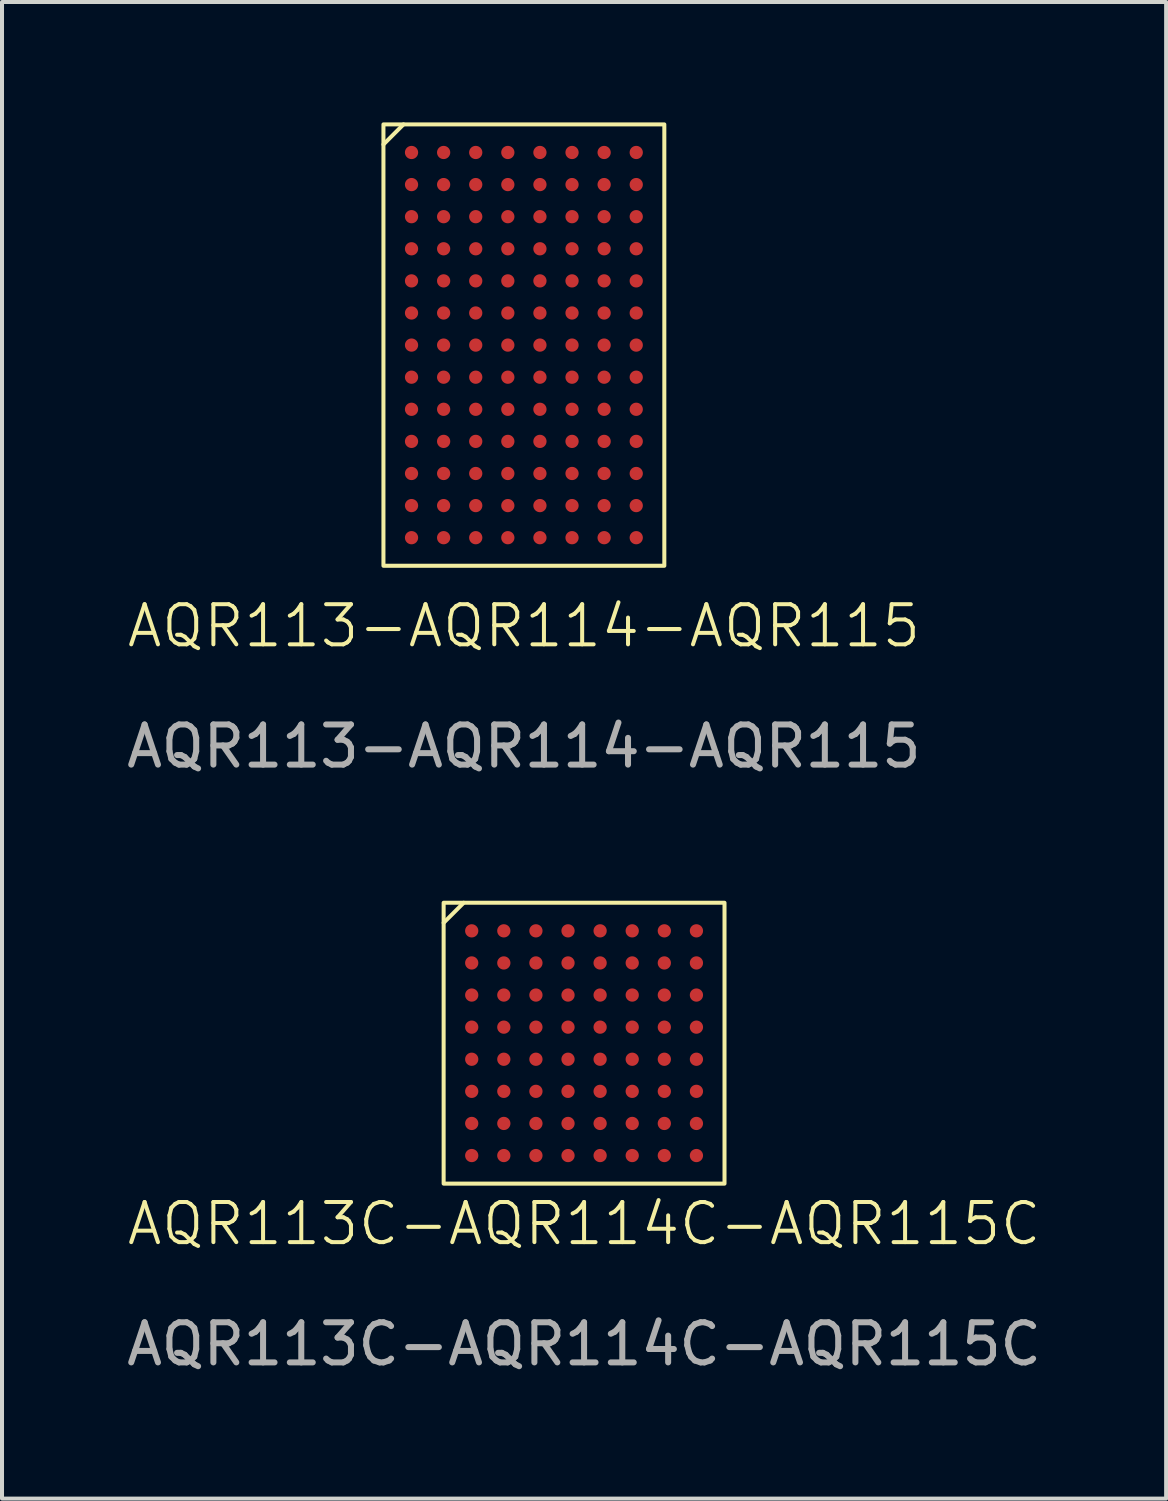
<source format=kicad_pcb>
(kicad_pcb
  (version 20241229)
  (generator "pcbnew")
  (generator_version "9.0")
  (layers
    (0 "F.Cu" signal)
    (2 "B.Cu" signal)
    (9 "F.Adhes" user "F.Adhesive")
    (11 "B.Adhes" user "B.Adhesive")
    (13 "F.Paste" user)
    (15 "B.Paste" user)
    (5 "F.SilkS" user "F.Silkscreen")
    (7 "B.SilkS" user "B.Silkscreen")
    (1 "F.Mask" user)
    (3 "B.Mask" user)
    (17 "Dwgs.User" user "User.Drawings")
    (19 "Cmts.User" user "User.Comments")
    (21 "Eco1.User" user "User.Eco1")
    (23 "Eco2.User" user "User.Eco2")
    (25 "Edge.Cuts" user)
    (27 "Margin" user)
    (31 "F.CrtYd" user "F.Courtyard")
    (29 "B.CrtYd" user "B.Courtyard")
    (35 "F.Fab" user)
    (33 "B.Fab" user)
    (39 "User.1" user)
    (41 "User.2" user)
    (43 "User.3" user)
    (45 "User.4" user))
  (footprint "AQR113C-AQR114C-AQR115C"
    (layer "F.Cu")
    (at 11.506 22.948)
    (property "Reference" "AQR113C-AQR114C-AQR115C" (at 0 4.5 0) (unlocked yes) (layer "F.SilkS") (effects (font (size 1 1) (thickness 0.1))))
    (attr smd)
    (fp_line (start -3 -3.5) (end -3.5 -3) (stroke (width 0.1) (type default)) (layer "F.SilkS"))
    (fp_rect (start -3.5 -3.5) (end 3.5 3.5) (stroke (width 0.1) (type default)) (fill no) (layer "F.SilkS"))
    (fp_text user "${REFERENCE}" (at 0 7.5 0) (unlocked yes) (layer "F.Fab") (effects (font (size 1 1) (thickness 0.15))))
    (pad "A1" smd circle (at -2.8 -2.8) (size 0.33 0.33) (layers "F.Cu" "F.Mask" "F.Paste"))
    (pad "A2" smd circle (at -2 -2.8) (size 0.33 0.33) (layers "F.Cu" "F.Mask" "F.Paste"))
    (pad "A3" smd circle (at -1.2 -2.8) (size 0.33 0.33) (layers "F.Cu" "F.Mask" "F.Paste"))
    (pad "A4" smd circle (at -0.4 -2.8) (size 0.33 0.33) (layers "F.Cu" "F.Mask" "F.Paste"))
    (pad "A5" smd circle (at 0.4 -2.8) (size 0.33 0.33) (layers "F.Cu" "F.Mask" "F.Paste"))
    (pad "A6" smd circle (at 1.2 -2.8) (size 0.33 0.33) (layers "F.Cu" "F.Mask" "F.Paste"))
    (pad "A7" smd circle (at 2 -2.8) (size 0.33 0.33) (layers "F.Cu" "F.Mask" "F.Paste"))
    (pad "A8" smd circle (at 2.8 -2.8) (size 0.33 0.33) (layers "F.Cu" "F.Mask" "F.Paste"))
    (pad "B1" smd circle (at -2.8 -2) (size 0.33 0.33) (layers "F.Cu" "F.Mask" "F.Paste"))
    (pad "B2" smd circle (at -2 -2) (size 0.33 0.33) (layers "F.Cu" "F.Mask" "F.Paste"))
    (pad "B3" smd circle (at -1.2 -2) (size 0.33 0.33) (layers "F.Cu" "F.Mask" "F.Paste"))
    (pad "B4" smd circle (at -0.4 -2) (size 0.33 0.33) (layers "F.Cu" "F.Mask" "F.Paste"))
    (pad "B5" smd circle (at 0.4 -2) (size 0.33 0.33) (layers "F.Cu" "F.Mask" "F.Paste"))
    (pad "B6" smd circle (at 1.2 -2) (size 0.33 0.33) (layers "F.Cu" "F.Mask" "F.Paste"))
    (pad "B7" smd circle (at 2 -2) (size 0.33 0.33) (layers "F.Cu" "F.Mask" "F.Paste"))
    (pad "B8" smd circle (at 2.8 -2) (size 0.33 0.33) (layers "F.Cu" "F.Mask" "F.Paste"))
    (pad "C1" smd circle (at -2.8 -1.2) (size 0.33 0.33) (layers "F.Cu" "F.Mask" "F.Paste"))
    (pad "C2" smd circle (at -2 -1.2) (size 0.33 0.33) (layers "F.Cu" "F.Mask" "F.Paste"))
    (pad "C3" smd circle (at -1.2 -1.2) (size 0.33 0.33) (layers "F.Cu" "F.Mask" "F.Paste"))
    (pad "C4" smd circle (at -0.4 -1.2) (size 0.33 0.33) (layers "F.Cu" "F.Mask" "F.Paste"))
    (pad "C5" smd circle (at 0.4 -1.2) (size 0.33 0.33) (layers "F.Cu" "F.Mask" "F.Paste"))
    (pad "C6" smd circle (at 1.2 -1.2) (size 0.33 0.33) (layers "F.Cu" "F.Mask" "F.Paste"))
    (pad "C7" smd circle (at 2 -1.2) (size 0.33 0.33) (layers "F.Cu" "F.Mask" "F.Paste"))
    (pad "C8" smd circle (at 2.8 -1.2) (size 0.33 0.33) (layers "F.Cu" "F.Mask" "F.Paste"))
    (pad "D1" smd circle (at -2.8 -0.4) (size 0.33 0.33) (layers "F.Cu" "F.Mask" "F.Paste"))
    (pad "D2" smd circle (at -2 -0.4) (size 0.33 0.33) (layers "F.Cu" "F.Mask" "F.Paste"))
    (pad "D3" smd circle (at -1.2 -0.4) (size 0.33 0.33) (layers "F.Cu" "F.Mask" "F.Paste"))
    (pad "D4" smd circle (at -0.4 -0.4) (size 0.33 0.33) (layers "F.Cu" "F.Mask" "F.Paste"))
    (pad "D5" smd circle (at 0.4 -0.4) (size 0.33 0.33) (layers "F.Cu" "F.Mask" "F.Paste"))
    (pad "D6" smd circle (at 1.2 -0.4) (size 0.33 0.33) (layers "F.Cu" "F.Mask" "F.Paste"))
    (pad "D7" smd circle (at 2 -0.4) (size 0.33 0.33) (layers "F.Cu" "F.Mask" "F.Paste"))
    (pad "D8" smd circle (at 2.8 -0.4) (size 0.33 0.33) (layers "F.Cu" "F.Mask" "F.Paste"))
    (pad "E1" smd circle (at -2.8 0.4) (size 0.33 0.33) (layers "F.Cu" "F.Mask" "F.Paste"))
    (pad "E2" smd circle (at -2 0.4) (size 0.33 0.33) (layers "F.Cu" "F.Mask" "F.Paste"))
    (pad "E3" smd circle (at -1.2 0.4) (size 0.33 0.33) (layers "F.Cu" "F.Mask" "F.Paste"))
    (pad "E4" smd circle (at -0.4 0.4) (size 0.33 0.33) (layers "F.Cu" "F.Mask" "F.Paste"))
    (pad "E5" smd circle (at 0.4 0.4) (size 0.33 0.33) (layers "F.Cu" "F.Mask" "F.Paste"))
    (pad "E6" smd circle (at 1.2 0.4) (size 0.33 0.33) (layers "F.Cu" "F.Mask" "F.Paste"))
    (pad "E7" smd circle (at 2 0.4) (size 0.33 0.33) (layers "F.Cu" "F.Mask" "F.Paste"))
    (pad "E8" smd circle (at 2.8 0.4) (size 0.33 0.33) (layers "F.Cu" "F.Mask" "F.Paste"))
    (pad "F1" smd circle (at -2.8 1.2) (size 0.33 0.33) (layers "F.Cu" "F.Mask" "F.Paste"))
    (pad "F2" smd circle (at -2 1.2) (size 0.33 0.33) (layers "F.Cu" "F.Mask" "F.Paste"))
    (pad "F3" smd circle (at -1.2 1.2) (size 0.33 0.33) (layers "F.Cu" "F.Mask" "F.Paste"))
    (pad "F4" smd circle (at -0.4 1.2) (size 0.33 0.33) (layers "F.Cu" "F.Mask" "F.Paste"))
    (pad "F5" smd circle (at 0.4 1.2) (size 0.33 0.33) (layers "F.Cu" "F.Mask" "F.Paste"))
    (pad "F6" smd circle (at 1.2 1.2) (size 0.33 0.33) (layers "F.Cu" "F.Mask" "F.Paste"))
    (pad "F7" smd circle (at 2 1.2) (size 0.33 0.33) (layers "F.Cu" "F.Mask" "F.Paste"))
    (pad "F8" smd circle (at 2.8 1.2) (size 0.33 0.33) (layers "F.Cu" "F.Mask" "F.Paste"))
    (pad "G1" smd circle (at -2.8 2) (size 0.33 0.33) (layers "F.Cu" "F.Mask" "F.Paste"))
    (pad "G2" smd circle (at -2 2) (size 0.33 0.33) (layers "F.Cu" "F.Mask" "F.Paste"))
    (pad "G3" smd circle (at -1.2 2) (size 0.33 0.33) (layers "F.Cu" "F.Mask" "F.Paste"))
    (pad "G4" smd circle (at -0.4 2) (size 0.33 0.33) (layers "F.Cu" "F.Mask" "F.Paste"))
    (pad "G5" smd circle (at 0.4 2) (size 0.33 0.33) (layers "F.Cu" "F.Mask" "F.Paste"))
    (pad "G6" smd circle (at 1.2 2) (size 0.33 0.33) (layers "F.Cu" "F.Mask" "F.Paste"))
    (pad "G7" smd circle (at 2 2) (size 0.33 0.33) (layers "F.Cu" "F.Mask" "F.Paste"))
    (pad "G8" smd circle (at 2.8 2) (size 0.33 0.33) (layers "F.Cu" "F.Mask" "F.Paste"))
    (pad "H1" smd circle (at -2.8 2.8) (size 0.33 0.33) (layers "F.Cu" "F.Mask" "F.Paste"))
    (pad "H2" smd circle (at -2 2.8) (size 0.33 0.33) (layers "F.Cu" "F.Mask" "F.Paste"))
    (pad "H3" smd circle (at -1.2 2.8) (size 0.33 0.33) (layers "F.Cu" "F.Mask" "F.Paste"))
    (pad "H4" smd circle (at -0.4 2.8) (size 0.33 0.33) (layers "F.Cu" "F.Mask" "F.Paste"))
    (pad "H5" smd circle (at 0.4 2.8) (size 0.33 0.33) (layers "F.Cu" "F.Mask" "F.Paste"))
    (pad "H6" smd circle (at 1.2 2.8) (size 0.33 0.33) (layers "F.Cu" "F.Mask" "F.Paste"))
    (pad "H7" smd circle (at 2 2.8) (size 0.33 0.33) (layers "F.Cu" "F.Mask" "F.Paste"))
    (pad "H8" smd circle (at 2.8 2.8) (size 0.33 0.33) (layers "F.Cu" "F.Mask" "F.Paste")))
  (footprint "AQR113-AQR114-AQR115"
    (layer "F.Cu")
    (at 10.006 5.55)
    (property "Reference" "AQR113-AQR114-AQR115" (at 0 7 0) (unlocked yes) (layer "F.SilkS") (effects (font (size 1 1) (thickness 0.1))))
    (attr smd)
    (fp_line (start -3 -5.5) (end -3.5 -5) (stroke (width 0.1) (type default)) (layer "F.SilkS"))
    (fp_rect (start -3.5 -5.5) (end 3.5 5.5) (stroke (width 0.1) (type default)) (fill no) (layer "F.SilkS"))
    (fp_text user "${REFERENCE}" (at 0 10 0) (unlocked yes) (layer "F.Fab") (effects (font (size 1 1) (thickness 0.15))))
    (pad "A1" smd circle (at -2.8 -4.8) (size 0.33 0.33) (layers "F.Cu" "F.Mask" "F.Paste"))
    (pad "A2" smd circle (at -2 -4.8) (size 0.33 0.33) (layers "F.Cu" "F.Mask" "F.Paste"))
    (pad "A3" smd circle (at -1.2 -4.8) (size 0.33 0.33) (layers "F.Cu" "F.Mask" "F.Paste"))
    (pad "A4" smd circle (at -0.4 -4.8) (size 0.33 0.33) (layers "F.Cu" "F.Mask" "F.Paste"))
    (pad "A5" smd circle (at 0.4 -4.8) (size 0.33 0.33) (layers "F.Cu" "F.Mask" "F.Paste"))
    (pad "A6" smd circle (at 1.2 -4.8) (size 0.33 0.33) (layers "F.Cu" "F.Mask" "F.Paste"))
    (pad "A7" smd circle (at 2 -4.8) (size 0.33 0.33) (layers "F.Cu" "F.Mask" "F.Paste"))
    (pad "A8" smd circle (at 2.8 -4.8) (size 0.33 0.33) (layers "F.Cu" "F.Mask" "F.Paste"))
    (pad "B1" smd circle (at -2.8 -4) (size 0.33 0.33) (layers "F.Cu" "F.Mask" "F.Paste"))
    (pad "B2" smd circle (at -2 -4) (size 0.33 0.33) (layers "F.Cu" "F.Mask" "F.Paste"))
    (pad "B3" smd circle (at -1.2 -4) (size 0.33 0.33) (layers "F.Cu" "F.Mask" "F.Paste"))
    (pad "B4" smd circle (at -0.4 -4) (size 0.33 0.33) (layers "F.Cu" "F.Mask" "F.Paste"))
    (pad "B5" smd circle (at 0.4 -4) (size 0.33 0.33) (layers "F.Cu" "F.Mask" "F.Paste"))
    (pad "B6" smd circle (at 1.2 -4) (size 0.33 0.33) (layers "F.Cu" "F.Mask" "F.Paste"))
    (pad "B7" smd circle (at 2 -4) (size 0.33 0.33) (layers "F.Cu" "F.Mask" "F.Paste"))
    (pad "B8" smd circle (at 2.8 -4) (size 0.33 0.33) (layers "F.Cu" "F.Mask" "F.Paste"))
    (pad "C1" smd circle (at -2.8 -3.2) (size 0.33 0.33) (layers "F.Cu" "F.Mask" "F.Paste"))
    (pad "C2" smd circle (at -2 -3.2) (size 0.33 0.33) (layers "F.Cu" "F.Mask" "F.Paste"))
    (pad "C3" smd circle (at -1.2 -3.2) (size 0.33 0.33) (layers "F.Cu" "F.Mask" "F.Paste"))
    (pad "C4" smd circle (at -0.4 -3.2) (size 0.33 0.33) (layers "F.Cu" "F.Mask" "F.Paste"))
    (pad "C5" smd circle (at 0.4 -3.2) (size 0.33 0.33) (layers "F.Cu" "F.Mask" "F.Paste"))
    (pad "C6" smd circle (at 1.2 -3.2) (size 0.33 0.33) (layers "F.Cu" "F.Mask" "F.Paste"))
    (pad "C7" smd circle (at 2 -3.2) (size 0.33 0.33) (layers "F.Cu" "F.Mask" "F.Paste"))
    (pad "C8" smd circle (at 2.8 -3.2) (size 0.33 0.33) (layers "F.Cu" "F.Mask" "F.Paste"))
    (pad "D1" smd circle (at -2.8 -2.4) (size 0.33 0.33) (layers "F.Cu" "F.Mask" "F.Paste"))
    (pad "D2" smd circle (at -2 -2.4) (size 0.33 0.33) (layers "F.Cu" "F.Mask" "F.Paste"))
    (pad "D3" smd circle (at -1.2 -2.4) (size 0.33 0.33) (layers "F.Cu" "F.Mask" "F.Paste"))
    (pad "D4" smd circle (at -0.4 -2.4) (size 0.33 0.33) (layers "F.Cu" "F.Mask" "F.Paste"))
    (pad "D5" smd circle (at 0.4 -2.4) (size 0.33 0.33) (layers "F.Cu" "F.Mask" "F.Paste"))
    (pad "D6" smd circle (at 1.2 -2.4) (size 0.33 0.33) (layers "F.Cu" "F.Mask" "F.Paste"))
    (pad "D7" smd circle (at 2 -2.4) (size 0.33 0.33) (layers "F.Cu" "F.Mask" "F.Paste"))
    (pad "D8" smd circle (at 2.8 -2.4) (size 0.33 0.33) (layers "F.Cu" "F.Mask" "F.Paste"))
    (pad "E1" smd circle (at -2.8 -1.6) (size 0.33 0.33) (layers "F.Cu" "F.Mask" "F.Paste"))
    (pad "E2" smd circle (at -2 -1.6) (size 0.33 0.33) (layers "F.Cu" "F.Mask" "F.Paste"))
    (pad "E3" smd circle (at -1.2 -1.6) (size 0.33 0.33) (layers "F.Cu" "F.Mask" "F.Paste"))
    (pad "E4" smd circle (at -0.4 -1.6) (size 0.33 0.33) (layers "F.Cu" "F.Mask" "F.Paste"))
    (pad "E5" smd circle (at 0.4 -1.6) (size 0.33 0.33) (layers "F.Cu" "F.Mask" "F.Paste"))
    (pad "E6" smd circle (at 1.2 -1.6) (size 0.33 0.33) (layers "F.Cu" "F.Mask" "F.Paste"))
    (pad "E7" smd circle (at 2 -1.6) (size 0.33 0.33) (layers "F.Cu" "F.Mask" "F.Paste"))
    (pad "E8" smd circle (at 2.8 -1.6) (size 0.33 0.33) (layers "F.Cu" "F.Mask" "F.Paste"))
    (pad "F1" smd circle (at -2.8 -0.8) (size 0.33 0.33) (layers "F.Cu" "F.Mask" "F.Paste"))
    (pad "F2" smd circle (at -2 -0.8) (size 0.33 0.33) (layers "F.Cu" "F.Mask" "F.Paste"))
    (pad "F3" smd circle (at -1.2 -0.8) (size 0.33 0.33) (layers "F.Cu" "F.Mask" "F.Paste"))
    (pad "F4" smd circle (at -0.4 -0.8) (size 0.33 0.33) (layers "F.Cu" "F.Mask" "F.Paste"))
    (pad "F5" smd circle (at 0.4 -0.8) (size 0.33 0.33) (layers "F.Cu" "F.Mask" "F.Paste"))
    (pad "F6" smd circle (at 1.2 -0.8) (size 0.33 0.33) (layers "F.Cu" "F.Mask" "F.Paste"))
    (pad "F7" smd circle (at 2 -0.8) (size 0.33 0.33) (layers "F.Cu" "F.Mask" "F.Paste"))
    (pad "F8" smd circle (at 2.8 -0.8) (size 0.33 0.33) (layers "F.Cu" "F.Mask" "F.Paste"))
    (pad "G1" smd circle (at -2.8 0) (size 0.33 0.33) (layers "F.Cu" "F.Mask" "F.Paste"))
    (pad "G2" smd circle (at -2 0) (size 0.33 0.33) (layers "F.Cu" "F.Mask" "F.Paste"))
    (pad "G3" smd circle (at -1.2 0) (size 0.33 0.33) (layers "F.Cu" "F.Mask" "F.Paste"))
    (pad "G4" smd circle (at -0.4 0) (size 0.33 0.33) (layers "F.Cu" "F.Mask" "F.Paste"))
    (pad "G5" smd circle (at 0.4 0) (size 0.33 0.33) (layers "F.Cu" "F.Mask" "F.Paste"))
    (pad "G6" smd circle (at 1.2 0) (size 0.33 0.33) (layers "F.Cu" "F.Mask" "F.Paste"))
    (pad "G7" smd circle (at 2 0) (size 0.33 0.33) (layers "F.Cu" "F.Mask" "F.Paste"))
    (pad "G8" smd circle (at 2.8 0) (size 0.33 0.33) (layers "F.Cu" "F.Mask" "F.Paste"))
    (pad "H1" smd circle (at -2.8 0.8) (size 0.33 0.33) (layers "F.Cu" "F.Mask" "F.Paste"))
    (pad "H2" smd circle (at -2 0.8) (size 0.33 0.33) (layers "F.Cu" "F.Mask" "F.Paste"))
    (pad "H3" smd circle (at -1.2 0.8) (size 0.33 0.33) (layers "F.Cu" "F.Mask" "F.Paste"))
    (pad "H4" smd circle (at -0.4 0.8) (size 0.33 0.33) (layers "F.Cu" "F.Mask" "F.Paste"))
    (pad "H5" smd circle (at 0.4 0.8) (size 0.33 0.33) (layers "F.Cu" "F.Mask" "F.Paste"))
    (pad "H6" smd circle (at 1.2 0.8) (size 0.33 0.33) (layers "F.Cu" "F.Mask" "F.Paste"))
    (pad "H7" smd circle (at 2 0.8) (size 0.33 0.33) (layers "F.Cu" "F.Mask" "F.Paste"))
    (pad "H8" smd circle (at 2.8 0.8) (size 0.33 0.33) (layers "F.Cu" "F.Mask" "F.Paste"))
    (pad "J1" smd circle (at -2.8 1.6) (size 0.33 0.33) (layers "F.Cu" "F.Mask" "F.Paste"))
    (pad "J2" smd circle (at -2 1.6) (size 0.33 0.33) (layers "F.Cu" "F.Mask" "F.Paste"))
    (pad "J3" smd circle (at -1.2 1.6) (size 0.33 0.33) (layers "F.Cu" "F.Mask" "F.Paste"))
    (pad "J4" smd circle (at -0.4 1.6) (size 0.33 0.33) (layers "F.Cu" "F.Mask" "F.Paste"))
    (pad "J5" smd circle (at 0.4 1.6) (size 0.33 0.33) (layers "F.Cu" "F.Mask" "F.Paste"))
    (pad "J6" smd circle (at 1.2 1.6) (size 0.33 0.33) (layers "F.Cu" "F.Mask" "F.Paste"))
    (pad "J7" smd circle (at 2 1.6) (size 0.33 0.33) (layers "F.Cu" "F.Mask" "F.Paste"))
    (pad "J8" smd circle (at 2.8 1.6) (size 0.33 0.33) (layers "F.Cu" "F.Mask" "F.Paste"))
    (pad "K1" smd circle (at -2.8 2.4) (size 0.33 0.33) (layers "F.Cu" "F.Mask" "F.Paste"))
    (pad "K2" smd circle (at -2 2.4) (size 0.33 0.33) (layers "F.Cu" "F.Mask" "F.Paste"))
    (pad "K3" smd circle (at -1.2 2.4) (size 0.33 0.33) (layers "F.Cu" "F.Mask" "F.Paste"))
    (pad "K4" smd circle (at -0.4 2.4) (size 0.33 0.33) (layers "F.Cu" "F.Mask" "F.Paste"))
    (pad "K5" smd circle (at 0.4 2.4) (size 0.33 0.33) (layers "F.Cu" "F.Mask" "F.Paste"))
    (pad "K6" smd circle (at 1.2 2.4) (size 0.33 0.33) (layers "F.Cu" "F.Mask" "F.Paste"))
    (pad "K7" smd circle (at 2 2.4) (size 0.33 0.33) (layers "F.Cu" "F.Mask" "F.Paste"))
    (pad "K8" smd circle (at 2.8 2.4) (size 0.33 0.33) (layers "F.Cu" "F.Mask" "F.Paste"))
    (pad "L1" smd circle (at -2.8 3.2) (size 0.33 0.33) (layers "F.Cu" "F.Mask" "F.Paste"))
    (pad "L2" smd circle (at -2 3.2) (size 0.33 0.33) (layers "F.Cu" "F.Mask" "F.Paste"))
    (pad "L3" smd circle (at -1.2 3.2) (size 0.33 0.33) (layers "F.Cu" "F.Mask" "F.Paste"))
    (pad "L4" smd circle (at -0.4 3.2) (size 0.33 0.33) (layers "F.Cu" "F.Mask" "F.Paste"))
    (pad "L5" smd circle (at 0.4 3.2) (size 0.33 0.33) (layers "F.Cu" "F.Mask" "F.Paste"))
    (pad "L6" smd circle (at 1.2 3.2) (size 0.33 0.33) (layers "F.Cu" "F.Mask" "F.Paste"))
    (pad "L7" smd circle (at 2 3.2) (size 0.33 0.33) (layers "F.Cu" "F.Mask" "F.Paste"))
    (pad "L8" smd circle (at 2.8 3.2) (size 0.33 0.33) (layers "F.Cu" "F.Mask" "F.Paste"))
    (pad "M1" smd circle (at -2.8 4) (size 0.33 0.33) (layers "F.Cu" "F.Mask" "F.Paste"))
    (pad "M2" smd circle (at -2 4) (size 0.33 0.33) (layers "F.Cu" "F.Mask" "F.Paste"))
    (pad "M3" smd circle (at -1.2 4) (size 0.33 0.33) (layers "F.Cu" "F.Mask" "F.Paste"))
    (pad "M4" smd circle (at -0.4 4) (size 0.33 0.33) (layers "F.Cu" "F.Mask" "F.Paste"))
    (pad "M5" smd circle (at 0.4 4) (size 0.33 0.33) (layers "F.Cu" "F.Mask" "F.Paste"))
    (pad "M6" smd circle (at 1.2 4) (size 0.33 0.33) (layers "F.Cu" "F.Mask" "F.Paste"))
    (pad "M7" smd circle (at 2 4) (size 0.33 0.33) (layers "F.Cu" "F.Mask" "F.Paste"))
    (pad "M8" smd circle (at 2.8 4) (size 0.33 0.33) (layers "F.Cu" "F.Mask" "F.Paste"))
    (pad "N1" smd circle (at -2.8 4.8) (size 0.33 0.33) (layers "F.Cu" "F.Mask" "F.Paste"))
    (pad "N2" smd circle (at -2 4.8) (size 0.33 0.33) (layers "F.Cu" "F.Mask" "F.Paste"))
    (pad "N3" smd circle (at -1.2 4.8) (size 0.33 0.33) (layers "F.Cu" "F.Mask" "F.Paste"))
    (pad "N4" smd circle (at -0.4 4.8) (size 0.33 0.33) (layers "F.Cu" "F.Mask" "F.Paste"))
    (pad "N5" smd circle (at 0.4 4.8) (size 0.33 0.33) (layers "F.Cu" "F.Mask" "F.Paste"))
    (pad "N6" smd circle (at 1.2 4.8) (size 0.33 0.33) (layers "F.Cu" "F.Mask" "F.Paste"))
    (pad "N7" smd circle (at 2 4.8) (size 0.33 0.33) (layers "F.Cu" "F.Mask" "F.Paste"))
    (pad "N8" smd circle (at 2.8 4.8) (size 0.33 0.33) (layers "F.Cu" "F.Mask" "F.Paste")))
  (gr_rect
    (start -3 -3)
    (end 26.012 34.297)
    (stroke (width 0.1) (type default))
    (fill no)
    (layer "Edge.Cuts")))
</source>
